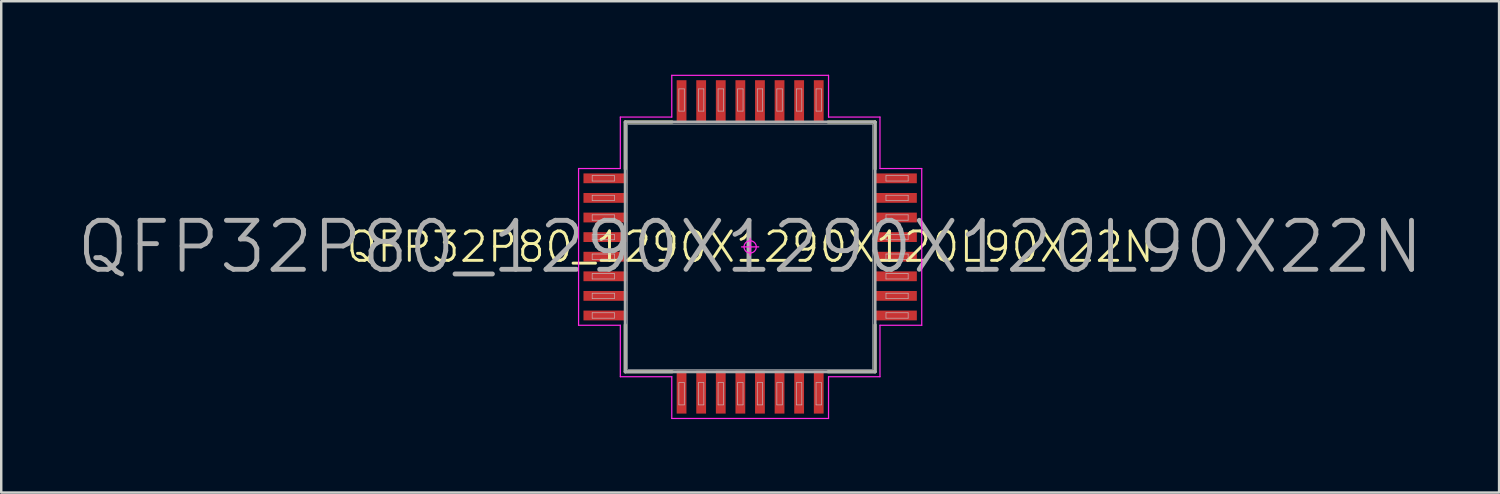
<source format=kicad_pcb>
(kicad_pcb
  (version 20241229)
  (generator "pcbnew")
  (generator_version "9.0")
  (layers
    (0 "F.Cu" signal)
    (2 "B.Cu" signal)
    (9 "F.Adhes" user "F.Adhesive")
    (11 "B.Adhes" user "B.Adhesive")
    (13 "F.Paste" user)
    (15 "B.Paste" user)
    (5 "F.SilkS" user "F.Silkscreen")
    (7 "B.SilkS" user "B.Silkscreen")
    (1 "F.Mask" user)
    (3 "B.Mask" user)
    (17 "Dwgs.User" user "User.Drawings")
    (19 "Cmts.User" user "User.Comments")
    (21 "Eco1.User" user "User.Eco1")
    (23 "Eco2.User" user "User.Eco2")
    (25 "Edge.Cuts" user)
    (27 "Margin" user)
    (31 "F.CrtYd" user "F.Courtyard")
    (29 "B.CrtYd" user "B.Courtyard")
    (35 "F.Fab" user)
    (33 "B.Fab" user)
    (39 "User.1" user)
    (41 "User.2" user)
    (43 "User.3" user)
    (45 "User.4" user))
  (footprint "QFP32P80_1290X1290X120L90X22N"
    (layer "F.Cu")
    (at 27.576 7.03)
    (property "Reference" "QFP32P80_1290X1290X120L90X22N" (at 0 0 0) (layer "F.SilkS") (effects (font (size 1.2 1.2) (thickness 0.12))))
    (attr smd)
    (fp_line (start -5.1 -5.1) (end -3.18 -5.1) (stroke (width 0.12) (type solid)) (layer "F.SilkS"))
    (fp_line (start -5.1 -3.18) (end -5.1 -5.1) (stroke (width 0.12) (type solid)) (layer "F.SilkS"))
    (fp_line (start -5.1 3.18) (end -5.1 5.1) (stroke (width 0.12) (type solid)) (layer "F.SilkS"))
    (fp_line (start -5.1 5.1) (end -3.18 5.1) (stroke (width 0.12) (type solid)) (layer "F.SilkS"))
    (fp_line (start 5.1 -5.1) (end 3.18 -5.1) (stroke (width 0.12) (type solid)) (layer "F.SilkS"))
    (fp_line (start 5.1 -3.18) (end 5.1 -5.1) (stroke (width 0.12) (type solid)) (layer "F.SilkS"))
    (fp_line (start 5.1 3.18) (end 5.1 5.1) (stroke (width 0.12) (type solid)) (layer "F.SilkS"))
    (fp_line (start 5.1 5.1) (end 3.18 5.1) (stroke (width 0.12) (type solid)) (layer "F.SilkS"))
    (fp_line (start -6.45 -2.91) (end -5.545 -2.91) (stroke (width 0.025) (type solid)) (layer "Dwgs.User"))
    (fp_line (start -6.45 -2.69) (end -6.45 -2.91) (stroke (width 0.025) (type solid)) (layer "Dwgs.User"))
    (fp_line (start -6.45 -2.11) (end -5.545 -2.11) (stroke (width 0.025) (type solid)) (layer "Dwgs.User"))
    (fp_line (start -6.45 -1.89) (end -6.45 -2.11) (stroke (width 0.025) (type solid)) (layer "Dwgs.User"))
    (fp_line (start -6.45 -1.31) (end -5.545 -1.31) (stroke (width 0.025) (type solid)) (layer "Dwgs.User"))
    (fp_line (start -6.45 -1.09) (end -6.45 -1.31) (stroke (width 0.025) (type solid)) (layer "Dwgs.User"))
    (fp_line (start -6.45 -0.51) (end -5.545 -0.51) (stroke (width 0.025) (type solid)) (layer "Dwgs.User"))
    (fp_line (start -6.45 -0.29) (end -6.45 -0.51) (stroke (width 0.025) (type solid)) (layer "Dwgs.User"))
    (fp_line (start -6.45 0.29) (end -5.545 0.29) (stroke (width 0.025) (type solid)) (layer "Dwgs.User"))
    (fp_line (start -6.45 0.51) (end -6.45 0.29) (stroke (width 0.025) (type solid)) (layer "Dwgs.User"))
    (fp_line (start -6.45 1.09) (end -5.545 1.09) (stroke (width 0.025) (type solid)) (layer "Dwgs.User"))
    (fp_line (start -6.45 1.31) (end -6.45 1.09) (stroke (width 0.025) (type solid)) (layer "Dwgs.User"))
    (fp_line (start -6.45 1.89) (end -5.545 1.89) (stroke (width 0.025) (type solid)) (layer "Dwgs.User"))
    (fp_line (start -6.45 2.11) (end -6.45 1.89) (stroke (width 0.025) (type solid)) (layer "Dwgs.User"))
    (fp_line (start -6.45 2.69) (end -5.545 2.69) (stroke (width 0.025) (type solid)) (layer "Dwgs.User"))
    (fp_line (start -6.45 2.91) (end -6.45 2.69) (stroke (width 0.025) (type solid)) (layer "Dwgs.User"))
    (fp_line (start -5.545 -2.91) (end -5.545 -2.69) (stroke (width 0.025) (type solid)) (layer "Dwgs.User"))
    (fp_line (start -5.545 -2.69) (end -6.45 -2.69) (stroke (width 0.025) (type solid)) (layer "Dwgs.User"))
    (fp_line (start -5.545 -2.11) (end -5.545 -1.89) (stroke (width 0.025) (type solid)) (layer "Dwgs.User"))
    (fp_line (start -5.545 -1.89) (end -6.45 -1.89) (stroke (width 0.025) (type solid)) (layer "Dwgs.User"))
    (fp_line (start -5.545 -1.31) (end -5.545 -1.09) (stroke (width 0.025) (type solid)) (layer "Dwgs.User"))
    (fp_line (start -5.545 -1.09) (end -6.45 -1.09) (stroke (width 0.025) (type solid)) (layer "Dwgs.User"))
    (fp_line (start -5.545 -0.51) (end -5.545 -0.29) (stroke (width 0.025) (type solid)) (layer "Dwgs.User"))
    (fp_line (start -5.545 -0.29) (end -6.45 -0.29) (stroke (width 0.025) (type solid)) (layer "Dwgs.User"))
    (fp_line (start -5.545 0.29) (end -5.545 0.51) (stroke (width 0.025) (type solid)) (layer "Dwgs.User"))
    (fp_line (start -5.545 0.51) (end -6.45 0.51) (stroke (width 0.025) (type solid)) (layer "Dwgs.User"))
    (fp_line (start -5.545 1.09) (end -5.545 1.31) (stroke (width 0.025) (type solid)) (layer "Dwgs.User"))
    (fp_line (start -5.545 1.31) (end -6.45 1.31) (stroke (width 0.025) (type solid)) (layer "Dwgs.User"))
    (fp_line (start -5.545 1.89) (end -5.545 2.11) (stroke (width 0.025) (type solid)) (layer "Dwgs.User"))
    (fp_line (start -5.545 2.11) (end -6.45 2.11) (stroke (width 0.025) (type solid)) (layer "Dwgs.User"))
    (fp_line (start -5.545 2.69) (end -5.545 2.91) (stroke (width 0.025) (type solid)) (layer "Dwgs.User"))
    (fp_line (start -5.545 2.91) (end -6.45 2.91) (stroke (width 0.025) (type solid)) (layer "Dwgs.User"))
    (fp_line (start -5 -5) (end 5 -5) (stroke (width 0.025) (type solid)) (layer "Dwgs.User"))
    (fp_line (start -5 5) (end -5 -5) (stroke (width 0.025) (type solid)) (layer "Dwgs.User"))
    (fp_line (start -2.91 -6.45) (end -2.69 -6.45) (stroke (width 0.025) (type solid)) (layer "Dwgs.User"))
    (fp_line (start -2.91 -5.545) (end -2.91 -6.45) (stroke (width 0.025) (type solid)) (layer "Dwgs.User"))
    (fp_line (start -2.91 5.545) (end -2.69 5.545) (stroke (width 0.025) (type solid)) (layer "Dwgs.User"))
    (fp_line (start -2.91 6.45) (end -2.91 5.545) (stroke (width 0.025) (type solid)) (layer "Dwgs.User"))
    (fp_line (start -2.69 -6.45) (end -2.69 -5.545) (stroke (width 0.025) (type solid)) (layer "Dwgs.User"))
    (fp_line (start -2.69 -5.545) (end -2.91 -5.545) (stroke (width 0.025) (type solid)) (layer "Dwgs.User"))
    (fp_line (start -2.69 5.545) (end -2.69 6.45) (stroke (width 0.025) (type solid)) (layer "Dwgs.User"))
    (fp_line (start -2.69 6.45) (end -2.91 6.45) (stroke (width 0.025) (type solid)) (layer "Dwgs.User"))
    (fp_line (start -2.11 -6.45) (end -1.89 -6.45) (stroke (width 0.025) (type solid)) (layer "Dwgs.User"))
    (fp_line (start -2.11 -5.545) (end -2.11 -6.45) (stroke (width 0.025) (type solid)) (layer "Dwgs.User"))
    (fp_line (start -2.11 5.545) (end -1.89 5.545) (stroke (width 0.025) (type solid)) (layer "Dwgs.User"))
    (fp_line (start -2.11 6.45) (end -2.11 5.545) (stroke (width 0.025) (type solid)) (layer "Dwgs.User"))
    (fp_line (start -1.89 -6.45) (end -1.89 -5.545) (stroke (width 0.025) (type solid)) (layer "Dwgs.User"))
    (fp_line (start -1.89 -5.545) (end -2.11 -5.545) (stroke (width 0.025) (type solid)) (layer "Dwgs.User"))
    (fp_line (start -1.89 5.545) (end -1.89 6.45) (stroke (width 0.025) (type solid)) (layer "Dwgs.User"))
    (fp_line (start -1.89 6.45) (end -2.11 6.45) (stroke (width 0.025) (type solid)) (layer "Dwgs.User"))
    (fp_line (start -1.31 -6.45) (end -1.09 -6.45) (stroke (width 0.025) (type solid)) (layer "Dwgs.User"))
    (fp_line (start -1.31 -5.545) (end -1.31 -6.45) (stroke (width 0.025) (type solid)) (layer "Dwgs.User"))
    (fp_line (start -1.31 5.545) (end -1.09 5.545) (stroke (width 0.025) (type solid)) (layer "Dwgs.User"))
    (fp_line (start -1.31 6.45) (end -1.31 5.545) (stroke (width 0.025) (type solid)) (layer "Dwgs.User"))
    (fp_line (start -1.09 -6.45) (end -1.09 -5.545) (stroke (width 0.025) (type solid)) (layer "Dwgs.User"))
    (fp_line (start -1.09 -5.545) (end -1.31 -5.545) (stroke (width 0.025) (type solid)) (layer "Dwgs.User"))
    (fp_line (start -1.09 5.545) (end -1.09 6.45) (stroke (width 0.025) (type solid)) (layer "Dwgs.User"))
    (fp_line (start -1.09 6.45) (end -1.31 6.45) (stroke (width 0.025) (type solid)) (layer "Dwgs.User"))
    (fp_line (start -0.51 -6.45) (end -0.29 -6.45) (stroke (width 0.025) (type solid)) (layer "Dwgs.User"))
    (fp_line (start -0.51 -5.545) (end -0.51 -6.45) (stroke (width 0.025) (type solid)) (layer "Dwgs.User"))
    (fp_line (start -0.51 5.545) (end -0.29 5.545) (stroke (width 0.025) (type solid)) (layer "Dwgs.User"))
    (fp_line (start -0.51 6.45) (end -0.51 5.545) (stroke (width 0.025) (type solid)) (layer "Dwgs.User"))
    (fp_line (start -0.29 -6.45) (end -0.29 -5.545) (stroke (width 0.025) (type solid)) (layer "Dwgs.User"))
    (fp_line (start -0.29 -5.545) (end -0.51 -5.545) (stroke (width 0.025) (type solid)) (layer "Dwgs.User"))
    (fp_line (start -0.29 5.545) (end -0.29 6.45) (stroke (width 0.025) (type solid)) (layer "Dwgs.User"))
    (fp_line (start -0.29 6.45) (end -0.51 6.45) (stroke (width 0.025) (type solid)) (layer "Dwgs.User"))
    (fp_line (start 0.29 -6.45) (end 0.51 -6.45) (stroke (width 0.025) (type solid)) (layer "Dwgs.User"))
    (fp_line (start 0.29 -5.545) (end 0.29 -6.45) (stroke (width 0.025) (type solid)) (layer "Dwgs.User"))
    (fp_line (start 0.29 5.545) (end 0.51 5.545) (stroke (width 0.025) (type solid)) (layer "Dwgs.User"))
    (fp_line (start 0.29 6.45) (end 0.29 5.545) (stroke (width 0.025) (type solid)) (layer "Dwgs.User"))
    (fp_line (start 0.51 -6.45) (end 0.51 -5.545) (stroke (width 0.025) (type solid)) (layer "Dwgs.User"))
    (fp_line (start 0.51 -5.545) (end 0.29 -5.545) (stroke (width 0.025) (type solid)) (layer "Dwgs.User"))
    (fp_line (start 0.51 5.545) (end 0.51 6.45) (stroke (width 0.025) (type solid)) (layer "Dwgs.User"))
    (fp_line (start 0.51 6.45) (end 0.29 6.45) (stroke (width 0.025) (type solid)) (layer "Dwgs.User"))
    (fp_line (start 1.09 -6.45) (end 1.31 -6.45) (stroke (width 0.025) (type solid)) (layer "Dwgs.User"))
    (fp_line (start 1.09 -5.545) (end 1.09 -6.45) (stroke (width 0.025) (type solid)) (layer "Dwgs.User"))
    (fp_line (start 1.09 5.545) (end 1.31 5.545) (stroke (width 0.025) (type solid)) (layer "Dwgs.User"))
    (fp_line (start 1.09 6.45) (end 1.09 5.545) (stroke (width 0.025) (type solid)) (layer "Dwgs.User"))
    (fp_line (start 1.31 -6.45) (end 1.31 -5.545) (stroke (width 0.025) (type solid)) (layer "Dwgs.User"))
    (fp_line (start 1.31 -5.545) (end 1.09 -5.545) (stroke (width 0.025) (type solid)) (layer "Dwgs.User"))
    (fp_line (start 1.31 5.545) (end 1.31 6.45) (stroke (width 0.025) (type solid)) (layer "Dwgs.User"))
    (fp_line (start 1.31 6.45) (end 1.09 6.45) (stroke (width 0.025) (type solid)) (layer "Dwgs.User"))
    (fp_line (start 1.89 -6.45) (end 2.11 -6.45) (stroke (width 0.025) (type solid)) (layer "Dwgs.User"))
    (fp_line (start 1.89 -5.545) (end 1.89 -6.45) (stroke (width 0.025) (type solid)) (layer "Dwgs.User"))
    (fp_line (start 1.89 5.545) (end 2.11 5.545) (stroke (width 0.025) (type solid)) (layer "Dwgs.User"))
    (fp_line (start 1.89 6.45) (end 1.89 5.545) (stroke (width 0.025) (type solid)) (layer "Dwgs.User"))
    (fp_line (start 2.11 -6.45) (end 2.11 -5.545) (stroke (width 0.025) (type solid)) (layer "Dwgs.User"))
    (fp_line (start 2.11 -5.545) (end 1.89 -5.545) (stroke (width 0.025) (type solid)) (layer "Dwgs.User"))
    (fp_line (start 2.11 5.545) (end 2.11 6.45) (stroke (width 0.025) (type solid)) (layer "Dwgs.User"))
    (fp_line (start 2.11 6.45) (end 1.89 6.45) (stroke (width 0.025) (type solid)) (layer "Dwgs.User"))
    (fp_line (start 2.69 -6.45) (end 2.91 -6.45) (stroke (width 0.025) (type solid)) (layer "Dwgs.User"))
    (fp_line (start 2.69 -5.545) (end 2.69 -6.45) (stroke (width 0.025) (type solid)) (layer "Dwgs.User"))
    (fp_line (start 2.69 5.545) (end 2.91 5.545) (stroke (width 0.025) (type solid)) (layer "Dwgs.User"))
    (fp_line (start 2.69 6.45) (end 2.69 5.545) (stroke (width 0.025) (type solid)) (layer "Dwgs.User"))
    (fp_line (start 2.91 -6.45) (end 2.91 -5.545) (stroke (width 0.025) (type solid)) (layer "Dwgs.User"))
    (fp_line (start 2.91 -5.545) (end 2.69 -5.545) (stroke (width 0.025) (type solid)) (layer "Dwgs.User"))
    (fp_line (start 2.91 5.545) (end 2.91 6.45) (stroke (width 0.025) (type solid)) (layer "Dwgs.User"))
    (fp_line (start 2.91 6.45) (end 2.69 6.45) (stroke (width 0.025) (type solid)) (layer "Dwgs.User"))
    (fp_line (start 5 -5) (end 5 5) (stroke (width 0.025) (type solid)) (layer "Dwgs.User"))
    (fp_line (start 5 5) (end -5 5) (stroke (width 0.025) (type solid)) (layer "Dwgs.User"))
    (fp_line (start 5.545 -2.91) (end 6.45 -2.91) (stroke (width 0.025) (type solid)) (layer "Dwgs.User"))
    (fp_line (start 5.545 -2.69) (end 5.545 -2.91) (stroke (width 0.025) (type solid)) (layer "Dwgs.User"))
    (fp_line (start 5.545 -2.11) (end 6.45 -2.11) (stroke (width 0.025) (type solid)) (layer "Dwgs.User"))
    (fp_line (start 5.545 -1.89) (end 5.545 -2.11) (stroke (width 0.025) (type solid)) (layer "Dwgs.User"))
    (fp_line (start 5.545 -1.31) (end 6.45 -1.31) (stroke (width 0.025) (type solid)) (layer "Dwgs.User"))
    (fp_line (start 5.545 -1.09) (end 5.545 -1.31) (stroke (width 0.025) (type solid)) (layer "Dwgs.User"))
    (fp_line (start 5.545 -0.51) (end 6.45 -0.51) (stroke (width 0.025) (type solid)) (layer "Dwgs.User"))
    (fp_line (start 5.545 -0.29) (end 5.545 -0.51) (stroke (width 0.025) (type solid)) (layer "Dwgs.User"))
    (fp_line (start 5.545 0.29) (end 6.45 0.29) (stroke (width 0.025) (type solid)) (layer "Dwgs.User"))
    (fp_line (start 5.545 0.51) (end 5.545 0.29) (stroke (width 0.025) (type solid)) (layer "Dwgs.User"))
    (fp_line (start 5.545 1.09) (end 6.45 1.09) (stroke (width 0.025) (type solid)) (layer "Dwgs.User"))
    (fp_line (start 5.545 1.31) (end 5.545 1.09) (stroke (width 0.025) (type solid)) (layer "Dwgs.User"))
    (fp_line (start 5.545 1.89) (end 6.45 1.89) (stroke (width 0.025) (type solid)) (layer "Dwgs.User"))
    (fp_line (start 5.545 2.11) (end 5.545 1.89) (stroke (width 0.025) (type solid)) (layer "Dwgs.User"))
    (fp_line (start 5.545 2.69) (end 6.45 2.69) (stroke (width 0.025) (type solid)) (layer "Dwgs.User"))
    (fp_line (start 5.545 2.91) (end 5.545 2.69) (stroke (width 0.025) (type solid)) (layer "Dwgs.User"))
    (fp_line (start 6.45 -2.91) (end 6.45 -2.69) (stroke (width 0.025) (type solid)) (layer "Dwgs.User"))
    (fp_line (start 6.45 -2.69) (end 5.545 -2.69) (stroke (width 0.025) (type solid)) (layer "Dwgs.User"))
    (fp_line (start 6.45 -2.11) (end 6.45 -1.89) (stroke (width 0.025) (type solid)) (layer "Dwgs.User"))
    (fp_line (start 6.45 -1.89) (end 5.545 -1.89) (stroke (width 0.025) (type solid)) (layer "Dwgs.User"))
    (fp_line (start 6.45 -1.31) (end 6.45 -1.09) (stroke (width 0.025) (type solid)) (layer "Dwgs.User"))
    (fp_line (start 6.45 -1.09) (end 5.545 -1.09) (stroke (width 0.025) (type solid)) (layer "Dwgs.User"))
    (fp_line (start 6.45 -0.51) (end 6.45 -0.29) (stroke (width 0.025) (type solid)) (layer "Dwgs.User"))
    (fp_line (start 6.45 -0.29) (end 5.545 -0.29) (stroke (width 0.025) (type solid)) (layer "Dwgs.User"))
    (fp_line (start 6.45 0.29) (end 6.45 0.51) (stroke (width 0.025) (type solid)) (layer "Dwgs.User"))
    (fp_line (start 6.45 0.51) (end 5.545 0.51) (stroke (width 0.025) (type solid)) (layer "Dwgs.User"))
    (fp_line (start 6.45 1.09) (end 6.45 1.31) (stroke (width 0.025) (type solid)) (layer "Dwgs.User"))
    (fp_line (start 6.45 1.31) (end 5.545 1.31) (stroke (width 0.025) (type solid)) (layer "Dwgs.User"))
    (fp_line (start 6.45 1.89) (end 6.45 2.11) (stroke (width 0.025) (type solid)) (layer "Dwgs.User"))
    (fp_line (start 6.45 2.11) (end 5.545 2.11) (stroke (width 0.025) (type solid)) (layer "Dwgs.User"))
    (fp_line (start 6.45 2.69) (end 6.45 2.91) (stroke (width 0.025) (type solid)) (layer "Dwgs.User"))
    (fp_line (start 6.45 2.91) (end 5.545 2.91) (stroke (width 0.025) (type solid)) (layer "Dwgs.User"))
    (fp_line (start -7.005 -3.2) (end -7.005 3.2) (stroke (width 0.05) (type solid)) (layer "F.CrtYd"))
    (fp_line (start -7.005 3.2) (end -5.3 3.2) (stroke (width 0.05) (type solid)) (layer "F.CrtYd"))
    (fp_line (start -5.3 -5.3) (end -5.3 -3.2) (stroke (width 0.05) (type solid)) (layer "F.CrtYd"))
    (fp_line (start -5.3 -3.2) (end -7.005 -3.2) (stroke (width 0.05) (type solid)) (layer "F.CrtYd"))
    (fp_line (start -5.3 3.2) (end -5.3 5.3) (stroke (width 0.05) (type solid)) (layer "F.CrtYd"))
    (fp_line (start -5.3 5.3) (end -3.2 5.3) (stroke (width 0.05) (type solid)) (layer "F.CrtYd"))
    (fp_line (start -3.2 -7.005) (end -3.2 -5.3) (stroke (width 0.05) (type solid)) (layer "F.CrtYd"))
    (fp_line (start -3.2 -5.3) (end -5.3 -5.3) (stroke (width 0.05) (type solid)) (layer "F.CrtYd"))
    (fp_line (start -3.2 5.3) (end -3.2 7.005) (stroke (width 0.05) (type solid)) (layer "F.CrtYd"))
    (fp_line (start -3.2 7.005) (end 3.2 7.005) (stroke (width 0.05) (type solid)) (layer "F.CrtYd"))
    (fp_line (start 0 -0.35) (end 0 0.35) (stroke (width 0.05) (type solid)) (layer "F.CrtYd"))
    (fp_line (start 0.35 0) (end -0.35 0) (stroke (width 0.05) (type solid)) (layer "F.CrtYd"))
    (fp_line (start 3.2 -7.005) (end -3.2 -7.005) (stroke (width 0.05) (type solid)) (layer "F.CrtYd"))
    (fp_line (start 3.2 -5.3) (end 3.2 -7.005) (stroke (width 0.05) (type solid)) (layer "F.CrtYd"))
    (fp_line (start 3.2 5.3) (end 5.3 5.3) (stroke (width 0.05) (type solid)) (layer "F.CrtYd"))
    (fp_line (start 3.2 7.005) (end 3.2 5.3) (stroke (width 0.05) (type solid)) (layer "F.CrtYd"))
    (fp_line (start 5.3 -5.3) (end 3.2 -5.3) (stroke (width 0.05) (type solid)) (layer "F.CrtYd"))
    (fp_line (start 5.3 -3.2) (end 5.3 -5.3) (stroke (width 0.05) (type solid)) (layer "F.CrtYd"))
    (fp_line (start 5.3 3.2) (end 7.005 3.2) (stroke (width 0.05) (type solid)) (layer "F.CrtYd"))
    (fp_line (start 5.3 5.3) (end 5.3 3.2) (stroke (width 0.05) (type solid)) (layer "F.CrtYd"))
    (fp_line (start 7.005 -3.2) (end 5.3 -3.2) (stroke (width 0.05) (type solid)) (layer "F.CrtYd"))
    (fp_line (start 7.005 3.2) (end 7.005 -3.2) (stroke (width 0.05) (type solid)) (layer "F.CrtYd"))
    (fp_circle (center 0 0) (end 0 0.25) (stroke (width 0.05) (type solid)) (fill no) (layer "F.CrtYd"))
    (fp_line (start -5.1 -5.1) (end 5.1 -5.1) (stroke (width 0.12) (type solid)) (layer "F.Fab"))
    (fp_line (start -5.1 5.1) (end -5.1 -5.1) (stroke (width 0.12) (type solid)) (layer "F.Fab"))
    (fp_line (start 5.1 -5.1) (end 5.1 5.1) (stroke (width 0.12) (type solid)) (layer "F.Fab"))
    (fp_line (start 5.1 5.1) (end -5.1 5.1) (stroke (width 0.12) (type solid)) (layer "F.Fab"))
    (fp_text user "${REFERENCE}" (at 0 0 0) (layer "F.Fab") (effects (font (size 2 2) (thickness 0.2))))
    (pad "1" smd rect (at -5.93 -2.8) (size 1.75 0.4) (layers "F.Cu" "F.Mask" "F.Paste"))
    (pad "2" smd rect (at -5.93 -2) (size 1.75 0.4) (layers "F.Cu" "F.Mask" "F.Paste"))
    (pad "3" smd rect (at -5.93 -1.2) (size 1.75 0.4) (layers "F.Cu" "F.Mask" "F.Paste"))
    (pad "4" smd rect (at -5.93 -0.4) (size 1.75 0.4) (layers "F.Cu" "F.Mask" "F.Paste"))
    (pad "5" smd rect (at -5.93 0.4) (size 1.75 0.4) (layers "F.Cu" "F.Mask" "F.Paste"))
    (pad "6" smd rect (at -5.93 1.2) (size 1.75 0.4) (layers "F.Cu" "F.Mask" "F.Paste"))
    (pad "7" smd rect (at -5.93 2) (size 1.75 0.4) (layers "F.Cu" "F.Mask" "F.Paste"))
    (pad "8" smd rect (at -5.93 2.8) (size 1.75 0.4) (layers "F.Cu" "F.Mask" "F.Paste"))
    (pad "9" smd rect (at -2.8 5.93 90) (size 1.75 0.4) (layers "F.Cu" "F.Mask" "F.Paste"))
    (pad "10" smd rect (at -2 5.93 90) (size 1.75 0.4) (layers "F.Cu" "F.Mask" "F.Paste"))
    (pad "11" smd rect (at -1.2 5.93 90) (size 1.75 0.4) (layers "F.Cu" "F.Mask" "F.Paste"))
    (pad "12" smd rect (at -0.4 5.93 90) (size 1.75 0.4) (layers "F.Cu" "F.Mask" "F.Paste"))
    (pad "13" smd rect (at 0.4 5.93 90) (size 1.75 0.4) (layers "F.Cu" "F.Mask" "F.Paste"))
    (pad "14" smd rect (at 1.2 5.93 90) (size 1.75 0.4) (layers "F.Cu" "F.Mask" "F.Paste"))
    (pad "15" smd rect (at 2 5.93 90) (size 1.75 0.4) (layers "F.Cu" "F.Mask" "F.Paste"))
    (pad "16" smd rect (at 2.8 5.93 90) (size 1.75 0.4) (layers "F.Cu" "F.Mask" "F.Paste"))
    (pad "17" smd rect (at 5.93 2.8) (size 1.75 0.4) (layers "F.Cu" "F.Mask" "F.Paste"))
    (pad "18" smd rect (at 5.93 2) (size 1.75 0.4) (layers "F.Cu" "F.Mask" "F.Paste"))
    (pad "19" smd rect (at 5.93 1.2) (size 1.75 0.4) (layers "F.Cu" "F.Mask" "F.Paste"))
    (pad "20" smd rect (at 5.93 0.4) (size 1.75 0.4) (layers "F.Cu" "F.Mask" "F.Paste"))
    (pad "21" smd rect (at 5.93 -0.4) (size 1.75 0.4) (layers "F.Cu" "F.Mask" "F.Paste"))
    (pad "22" smd rect (at 5.93 -1.2) (size 1.75 0.4) (layers "F.Cu" "F.Mask" "F.Paste"))
    (pad "23" smd rect (at 5.93 -2) (size 1.75 0.4) (layers "F.Cu" "F.Mask" "F.Paste"))
    (pad "24" smd rect (at 5.93 -2.8) (size 1.75 0.4) (layers "F.Cu" "F.Mask" "F.Paste"))
    (pad "25" smd rect (at 2.8 -5.93 90) (size 1.75 0.4) (layers "F.Cu" "F.Mask" "F.Paste"))
    (pad "26" smd rect (at 2 -5.93 90) (size 1.75 0.4) (layers "F.Cu" "F.Mask" "F.Paste"))
    (pad "27" smd rect (at 1.2 -5.93 90) (size 1.75 0.4) (layers "F.Cu" "F.Mask" "F.Paste"))
    (pad "28" smd rect (at 0.4 -5.93 90) (size 1.75 0.4) (layers "F.Cu" "F.Mask" "F.Paste"))
    (pad "29" smd rect (at -0.4 -5.93 90) (size 1.75 0.4) (layers "F.Cu" "F.Mask" "F.Paste"))
    (pad "30" smd rect (at -1.2 -5.93 90) (size 1.75 0.4) (layers "F.Cu" "F.Mask" "F.Paste"))
    (pad "31" smd rect (at -2 -5.93 90) (size 1.75 0.4) (layers "F.Cu" "F.Mask" "F.Paste"))
    (pad "32" smd rect (at -2.8 -5.93 90) (size 1.75 0.4) (layers "F.Cu" "F.Mask" "F.Paste")))
  (gr_rect
    (start -3 -3)
    (end 58.152 17.06)
    (stroke (width 0.1) (type default))
    (fill no)
    (layer "Edge.Cuts")))
</source>
